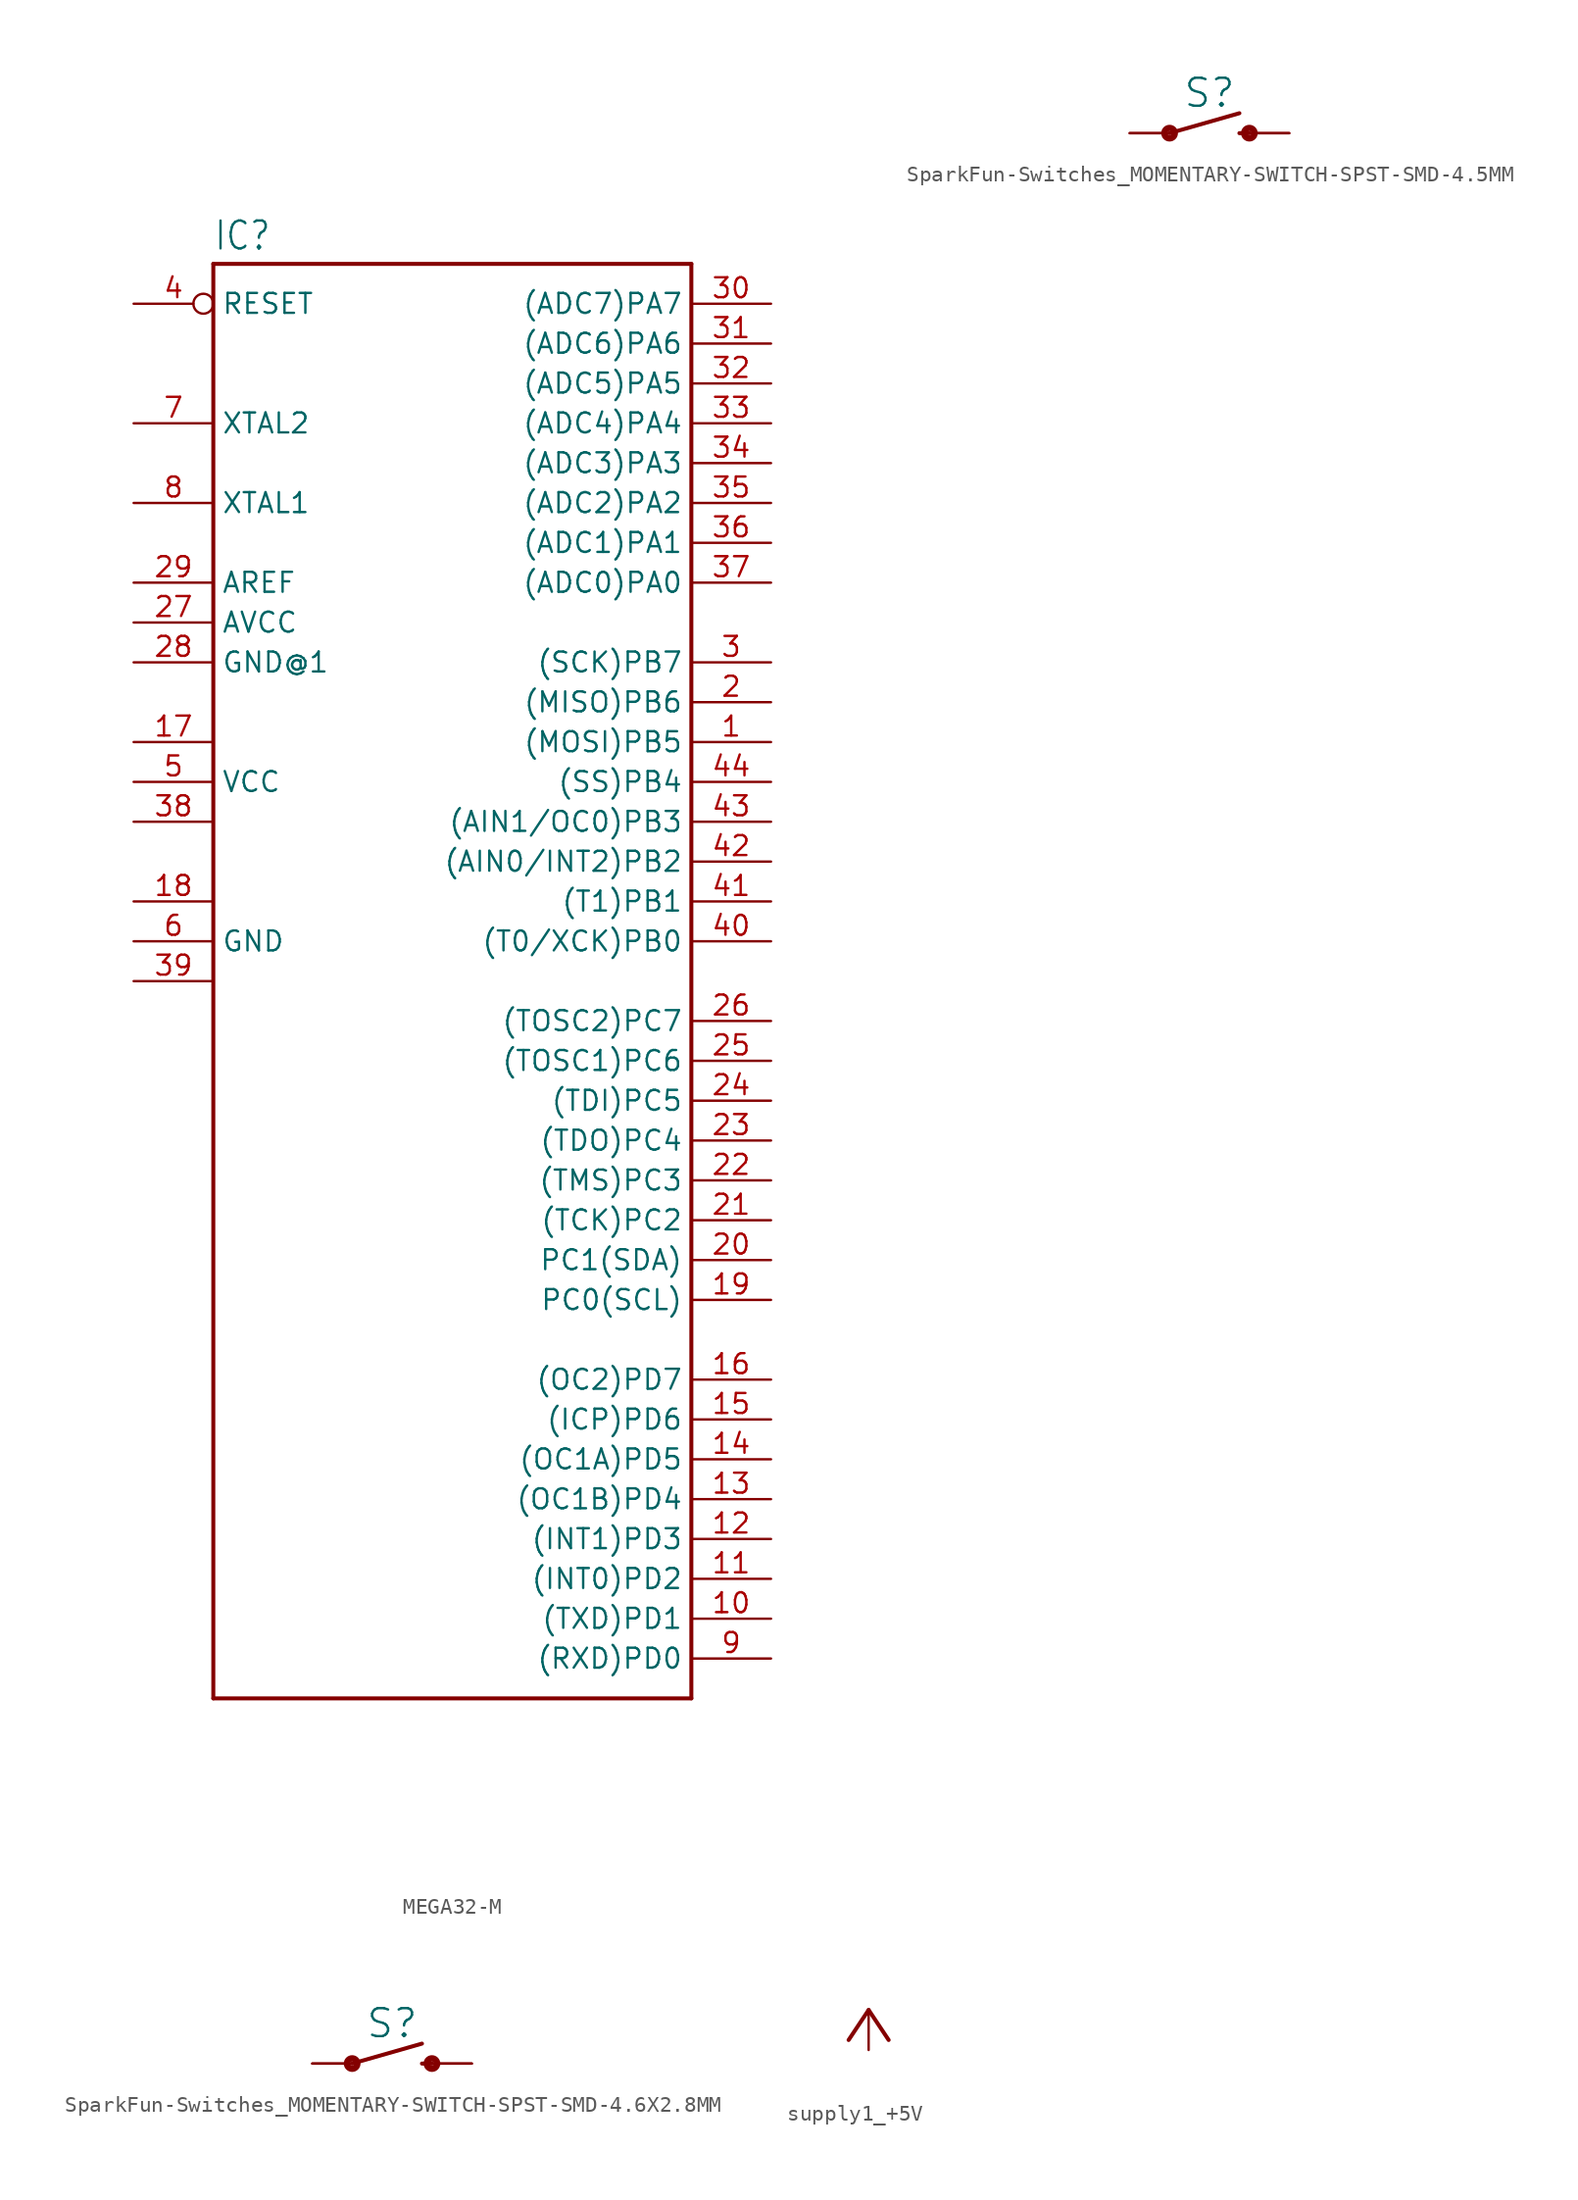
<source format=kicad_sym>
(kicad_symbol_lib
  (version 20231120)
  (generator "kicad_symbol_editor")
  (generator_version "8.0")
  (symbol "MEGA32-M"
    (property "Reference" "IC"
      (at -15.24 46.482 0)
      (effects (font (size 1.778 1.511)) (justify left bottom)))
    (property "Value" ""
      (at -15.24 -48.26 0)
      (effects (font (size 1.778 1.511)) (justify left bottom)))
    (property "ki_locked" ""
      (at 0 0 0)
      (effects (font (size 1.27 1.27))))
    (symbol "MEGA32-M_1_0"
      (polyline (pts (xy -15.24 -45.72) (xy -15.24 45.72)) (stroke (width 0.254) (type solid)) (fill (type none)))
      (polyline (pts (xy -15.24 45.72) (xy 15.24 45.72)) (stroke (width 0.254) (type solid)) (fill (type none)))
      (polyline (pts (xy 15.24 -45.72) (xy -15.24 -45.72)) (stroke (width 0.254) (type solid)) (fill (type none)))
      (polyline (pts (xy 15.24 45.72) (xy 15.24 -45.72)) (stroke (width 0.254) (type solid)) (fill (type none)))
      (pin bidirectional line (at 20.32 15.24 180) (length 5.08) (name "(MOSI)PB5" (effects (font (size 1.27 1.27)))) (number "1" (effects (font (size 1.27 1.27)))))
      (pin bidirectional line (at 20.32 -40.64 180) (length 5.08) (name "(TXD)PD1" (effects (font (size 1.27 1.27)))) (number "10" (effects (font (size 1.27 1.27)))))
      (pin bidirectional line (at 20.32 -38.1 180) (length 5.08) (name "(INT0)PD2" (effects (font (size 1.27 1.27)))) (number "11" (effects (font (size 1.27 1.27)))))
      (pin bidirectional line (at 20.32 -35.56 180) (length 5.08) (name "(INT1)PD3" (effects (font (size 1.27 1.27)))) (number "12" (effects (font (size 1.27 1.27)))))
      (pin bidirectional line (at 20.32 -33.02 180) (length 5.08) (name "(OC1B)PD4" (effects (font (size 1.27 1.27)))) (number "13" (effects (font (size 1.27 1.27)))))
      (pin bidirectional line (at 20.32 -30.48 180) (length 5.08) (name "(OC1A)PD5" (effects (font (size 1.27 1.27)))) (number "14" (effects (font (size 1.27 1.27)))))
      (pin bidirectional line (at 20.32 -27.94 180) (length 5.08) (name "(ICP)PD6" (effects (font (size 1.27 1.27)))) (number "15" (effects (font (size 1.27 1.27)))))
      (pin bidirectional line (at 20.32 -25.4 180) (length 5.08) (name "(OC2)PD7" (effects (font (size 1.27 1.27)))) (number "16" (effects (font (size 1.27 1.27)))))
      (pin power_in line (at -20.32 15.24 0) (length 5.08) (name "VCC1" (effects (font (size 0 0)))) (number "17" (effects (font (size 1.27 1.27)))))
      (pin power_in line (at -20.32 5.08 0) (length 5.08) (name "GND1" (effects (font (size 0 0)))) (number "18" (effects (font (size 1.27 1.27)))))
      (pin bidirectional line (at 20.32 -20.32 180) (length 5.08) (name "PC0(SCL)" (effects (font (size 1.27 1.27)))) (number "19" (effects (font (size 1.27 1.27)))))
      (pin bidirectional line (at 20.32 17.78 180) (length 5.08) (name "(MISO)PB6" (effects (font (size 1.27 1.27)))) (number "2" (effects (font (size 1.27 1.27)))))
      (pin bidirectional line (at 20.32 -17.78 180) (length 5.08) (name "PC1(SDA)" (effects (font (size 1.27 1.27)))) (number "20" (effects (font (size 1.27 1.27)))))
      (pin bidirectional line (at 20.32 -15.24 180) (length 5.08) (name "(TCK)PC2" (effects (font (size 1.27 1.27)))) (number "21" (effects (font (size 1.27 1.27)))))
      (pin bidirectional line (at 20.32 -12.7 180) (length 5.08) (name "(TMS)PC3" (effects (font (size 1.27 1.27)))) (number "22" (effects (font (size 1.27 1.27)))))
      (pin bidirectional line (at 20.32 -10.16 180) (length 5.08) (name "(TDO)PC4" (effects (font (size 1.27 1.27)))) (number "23" (effects (font (size 1.27 1.27)))))
      (pin bidirectional line (at 20.32 -7.62 180) (length 5.08) (name "(TDI)PC5" (effects (font (size 1.27 1.27)))) (number "24" (effects (font (size 1.27 1.27)))))
      (pin bidirectional line (at 20.32 -5.08 180) (length 5.08) (name "(TOSC1)PC6" (effects (font (size 1.27 1.27)))) (number "25" (effects (font (size 1.27 1.27)))))
      (pin bidirectional line (at 20.32 -2.54 180) (length 5.08) (name "(TOSC2)PC7" (effects (font (size 1.27 1.27)))) (number "26" (effects (font (size 1.27 1.27)))))
      (pin power_in line (at -20.32 22.86 0) (length 5.08) (name "AVCC" (effects (font (size 1.27 1.27)))) (number "27" (effects (font (size 1.27 1.27)))))
      (pin power_in line (at -20.32 20.32 0) (length 5.08) (name "GND@1" (effects (font (size 1.27 1.27)))) (number "28" (effects (font (size 1.27 1.27)))))
      (pin passive line (at -20.32 25.4 0) (length 5.08) (name "AREF" (effects (font (size 1.27 1.27)))) (number "29" (effects (font (size 1.27 1.27)))))
      (pin bidirectional line (at 20.32 20.32 180) (length 5.08) (name "(SCK)PB7" (effects (font (size 1.27 1.27)))) (number "3" (effects (font (size 1.27 1.27)))))
      (pin bidirectional line (at 20.32 43.18 180) (length 5.08) (name "(ADC7)PA7" (effects (font (size 1.27 1.27)))) (number "30" (effects (font (size 1.27 1.27)))))
      (pin bidirectional line (at 20.32 40.64 180) (length 5.08) (name "(ADC6)PA6" (effects (font (size 1.27 1.27)))) (number "31" (effects (font (size 1.27 1.27)))))
      (pin bidirectional line (at 20.32 38.1 180) (length 5.08) (name "(ADC5)PA5" (effects (font (size 1.27 1.27)))) (number "32" (effects (font (size 1.27 1.27)))))
      (pin bidirectional line (at 20.32 35.56 180) (length 5.08) (name "(ADC4)PA4" (effects (font (size 1.27 1.27)))) (number "33" (effects (font (size 1.27 1.27)))))
      (pin bidirectional line (at 20.32 33.02 180) (length 5.08) (name "(ADC3)PA3" (effects (font (size 1.27 1.27)))) (number "34" (effects (font (size 1.27 1.27)))))
      (pin bidirectional line (at 20.32 30.48 180) (length 5.08) (name "(ADC2)PA2" (effects (font (size 1.27 1.27)))) (number "35" (effects (font (size 1.27 1.27)))))
      (pin bidirectional line (at 20.32 27.94 180) (length 5.08) (name "(ADC1)PA1" (effects (font (size 1.27 1.27)))) (number "36" (effects (font (size 1.27 1.27)))))
      (pin bidirectional line (at 20.32 25.4 180) (length 5.08) (name "(ADC0)PA0" (effects (font (size 1.27 1.27)))) (number "37" (effects (font (size 1.27 1.27)))))
      (pin power_in line (at -20.32 10.16 0) (length 5.08) (name "VCC2" (effects (font (size 0 0)))) (number "38" (effects (font (size 1.27 1.27)))))
      (pin power_in line (at -20.32 0 0) (length 5.08) (name "GND2" (effects (font (size 0 0)))) (number "39" (effects (font (size 1.27 1.27)))))
      (pin input inverted (at -20.32 43.18 0) (length 5.08) (name "RESET" (effects (font (size 1.27 1.27)))) (number "4" (effects (font (size 1.27 1.27)))))
      (pin bidirectional line (at 20.32 2.54 180) (length 5.08) (name "(T0/XCK)PB0" (effects (font (size 1.27 1.27)))) (number "40" (effects (font (size 1.27 1.27)))))
      (pin bidirectional line (at 20.32 5.08 180) (length 5.08) (name "(T1)PB1" (effects (font (size 1.27 1.27)))) (number "41" (effects (font (size 1.27 1.27)))))
      (pin bidirectional line (at 20.32 7.62 180) (length 5.08) (name "(AIN0/INT2)PB2" (effects (font (size 1.27 1.27)))) (number "42" (effects (font (size 1.27 1.27)))))
      (pin bidirectional line (at 20.32 10.16 180) (length 5.08) (name "(AIN1/OC0)PB3" (effects (font (size 1.27 1.27)))) (number "43" (effects (font (size 1.27 1.27)))))
      (pin bidirectional line (at 20.32 12.7 180) (length 5.08) (name "(SS)PB4" (effects (font (size 1.27 1.27)))) (number "44" (effects (font (size 1.27 1.27)))))
      (pin power_in line (at -20.32 12.7 0) (length 5.08) (name "VCC" (effects (font (size 1.27 1.27)))) (number "5" (effects (font (size 1.27 1.27)))))
      (pin power_in line (at -20.32 2.54 0) (length 5.08) (name "GND" (effects (font (size 1.27 1.27)))) (number "6" (effects (font (size 1.27 1.27)))))
      (pin bidirectional line (at -20.32 35.56 0) (length 5.08) (name "XTAL2" (effects (font (size 1.27 1.27)))) (number "7" (effects (font (size 1.27 1.27)))))
      (pin bidirectional line (at -20.32 30.48 0) (length 5.08) (name "XTAL1" (effects (font (size 1.27 1.27)))) (number "8" (effects (font (size 1.27 1.27)))))
      (pin bidirectional line (at 20.32 -43.18 180) (length 5.08) (name "(RXD)PD0" (effects (font (size 1.27 1.27)))) (number "9" (effects (font (size 1.27 1.27)))))))
  (symbol "SparkFun-Switches_MOMENTARY-SWITCH-SPST-SMD-4.5MM"
    (property "Reference" "S"
      (at 0 1.524 0)
      (effects (font (size 1.778 1.778)) (justify bottom)))
    (property "Value" ""
      (at 0 -0.508 0)
      (effects (font (size 1.778 1.778)) (justify top)))
    (property "ki_locked" ""
      (at 0 0 0)
      (effects (font (size 1.27 1.27))))
    (symbol "SparkFun-Switches_MOMENTARY-SWITCH-SPST-SMD-4.5MM_1_0"
      (circle (center -2.54 0) (radius 0.127) (stroke (width 0.406) (type solid)) (fill (type none)))
      (polyline (pts (xy -2.54 0) (xy 1.905 1.27)) (stroke (width 0.254) (type solid)) (fill (type none)))
      (polyline (pts (xy 1.905 0) (xy 2.54 0)) (stroke (width 0.254) (type solid)) (fill (type none)))
      (circle (center 2.54 0) (radius 0.127) (stroke (width 0.406) (type solid)) (fill (type none)))
      (pin passive line (at 5.08 0 180) (length 2.54) (name "2" (effects (font (size 0 0)))) (number "1" (effects (font (size 0 0)))))
      (pin passive line (at -5.08 0 0) (length 2.54) (name "1" (effects (font (size 0 0)))) (number "2" (effects (font (size 0 0)))))
      (pin passive line (at -5.08 0 0) (length 2.54) (name "1" (effects (font (size 0 0)))) (number "3" (effects (font (size 0 0)))))
      (pin passive line (at 5.08 0 180) (length 2.54) (name "2" (effects (font (size 0 0)))) (number "4" (effects (font (size 0 0)))))))
  (symbol "SparkFun-Switches_MOMENTARY-SWITCH-SPST-SMD-4.6X2.8MM"
    (property "Reference" "S"
      (at 0 1.524 0)
      (effects (font (size 1.778 1.778)) (justify bottom)))
    (property "Value" ""
      (at 0 -0.508 0)
      (effects (font (size 1.778 1.778)) (justify top)))
    (property "ki_locked" ""
      (at 0 0 0)
      (effects (font (size 1.27 1.27))))
    (symbol "SparkFun-Switches_MOMENTARY-SWITCH-SPST-SMD-4.6X2.8MM_1_0"
      (circle (center -2.54 0) (radius 0.127) (stroke (width 0.406) (type solid)) (fill (type none)))
      (polyline (pts (xy -2.54 0) (xy 1.905 1.27)) (stroke (width 0.254) (type solid)) (fill (type none)))
      (polyline (pts (xy 1.905 0) (xy 2.54 0)) (stroke (width 0.254) (type solid)) (fill (type none)))
      (circle (center 2.54 0) (radius 0.127) (stroke (width 0.406) (type solid)) (fill (type none)))
      (pin passive line (at -5.08 0 0) (length 2.54) (name "1" (effects (font (size 0 0)))) (number "1" (effects (font (size 0 0)))))
      (pin passive line (at -5.08 0 0) (length 2.54) (name "1" (effects (font (size 0 0)))) (number "2" (effects (font (size 0 0)))))
      (pin passive line (at 5.08 0 180) (length 2.54) (name "2" (effects (font (size 0 0)))) (number "3" (effects (font (size 0 0)))))
      (pin passive line (at 5.08 0 180) (length 2.54) (name "2" (effects (font (size 0 0)))) (number "4" (effects (font (size 0 0)))))))
  (symbol "supply1_+5V"
    (power)
    (property "Reference" "#P+"
      (at 0 0 0)
      (effects (font (size 1.27 1.27)) (hide yes)))
    (property "Value" ""
      (at -2.54 -5.08 90)
      (effects (font (size 1.778 1.511)) (justify left bottom)))
    (property "ki_locked" ""
      (at 0 0 0)
      (effects (font (size 1.27 1.27))))
    (symbol "supply1_+5V_1_0"
      (polyline (pts (xy 0 0) (xy -1.27 -1.905)) (stroke (width 0.254) (type solid)) (fill (type none)))
      (polyline (pts (xy 1.27 -1.905) (xy 0 0)) (stroke (width 0.254) (type solid)) (fill (type none)))
      (pin power_in line (at 0 -2.54 90) (length 2.54) (name "+5V" (effects (font (size 0 0)))) (number "1" (effects (font (size 0 0))))))))
</source>
